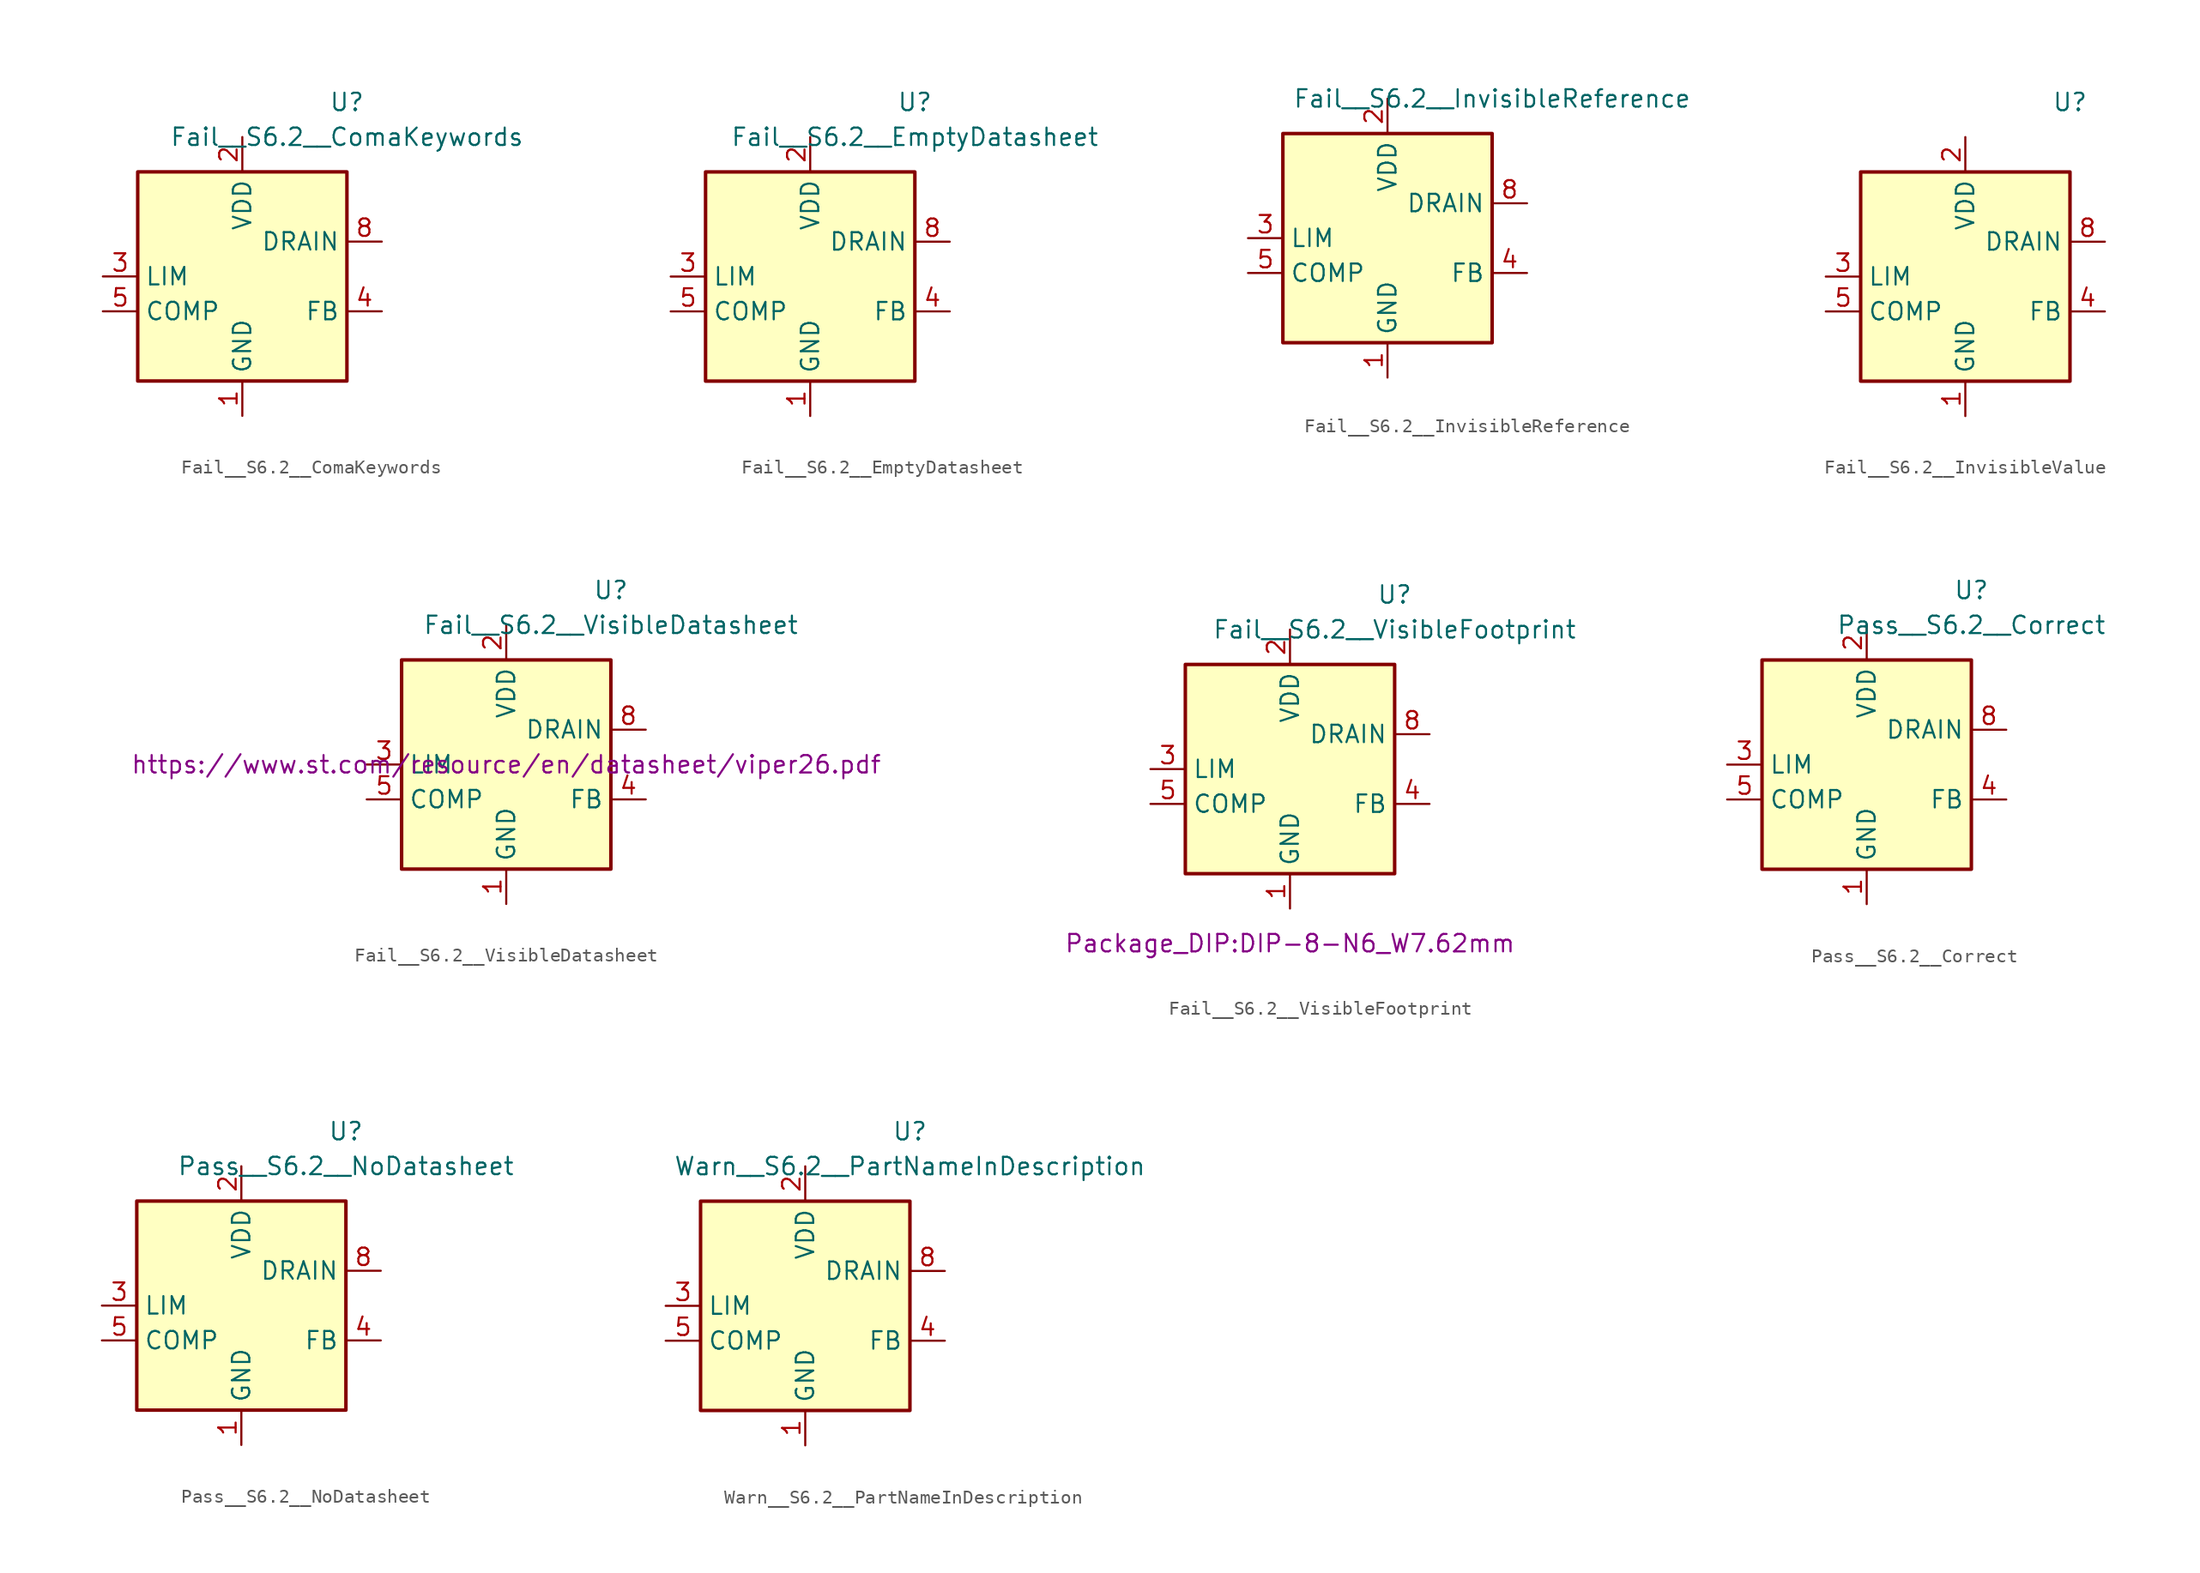
<source format=kicad_sym>
(kicad_symbol_lib
  (version 20211014)
  (generator kicad_symbol_editor)
  (symbol "Fail__S6.2__ComaKeywords"
    (property "Reference" "U"
      (at 7.62 12.7 0)
      (effects (font (size 1.27 1.27))))
    (property "Value" "Fail__S6.2__ComaKeywords"
      (at 7.62 10.16 0)
      (effects (font (size 1.27 1.27))))
    (symbol "Fail__S6.2__ComaKeywords_1_1"
      (rectangle (start -7.62 7.62) (end 7.62 -7.62) (stroke (width 0.254) (type default) (color 0 0 0 0)) (fill (type background)))
      (pin power_in line (at 0 -10.16 90) (length 2.54) (name "GND" (effects (font (size 1.27 1.27)))) (number "1" (effects (font (size 1.27 1.27)))))
      (pin power_in line (at 0 10.16 270) (length 2.54) (name "VDD" (effects (font (size 1.27 1.27)))) (number "2" (effects (font (size 1.27 1.27)))))
      (pin passive line (at -10.16 0 0) (length 2.54) (name "LIM" (effects (font (size 1.27 1.27)))) (number "3" (effects (font (size 1.27 1.27)))))
      (pin input line (at 10.16 -2.54 180) (length 2.54) (name "FB" (effects (font (size 1.27 1.27)))) (number "4" (effects (font (size 1.27 1.27)))))
      (pin passive line (at -10.16 -2.54 0) (length 2.54) (name "COMP" (effects (font (size 1.27 1.27)))) (number "5" (effects (font (size 1.27 1.27)))))
      (pin passive line (at 10.16 2.54 180) (length 2.54) hide (name "DRAIN" (effects (font (size 1.27 1.27)))) (number "7" (effects (font (size 1.27 1.27)))))
      (pin passive line (at 10.16 2.54 180) (length 2.54) (name "DRAIN" (effects (font (size 1.27 1.27)))) (number "8" (effects (font (size 1.27 1.27)))))))
  (symbol "Fail__S6.2__EmptyDatasheet"
    (property "Reference" "U"
      (at 7.62 12.7 0)
      (effects (font (size 1.27 1.27))))
    (property "Value" "Fail__S6.2__EmptyDatasheet"
      (at 7.62 10.16 0)
      (effects (font (size 1.27 1.27))))
    (symbol "Fail__S6.2__EmptyDatasheet_1_1"
      (rectangle (start -7.62 7.62) (end 7.62 -7.62) (stroke (width 0.254) (type default) (color 0 0 0 0)) (fill (type background)))
      (pin power_in line (at 0 -10.16 90) (length 2.54) (name "GND" (effects (font (size 1.27 1.27)))) (number "1" (effects (font (size 1.27 1.27)))))
      (pin power_in line (at 0 10.16 270) (length 2.54) (name "VDD" (effects (font (size 1.27 1.27)))) (number "2" (effects (font (size 1.27 1.27)))))
      (pin passive line (at -10.16 0 0) (length 2.54) (name "LIM" (effects (font (size 1.27 1.27)))) (number "3" (effects (font (size 1.27 1.27)))))
      (pin input line (at 10.16 -2.54 180) (length 2.54) (name "FB" (effects (font (size 1.27 1.27)))) (number "4" (effects (font (size 1.27 1.27)))))
      (pin passive line (at -10.16 -2.54 0) (length 2.54) (name "COMP" (effects (font (size 1.27 1.27)))) (number "5" (effects (font (size 1.27 1.27)))))
      (pin passive line (at 10.16 2.54 180) (length 2.54) hide (name "DRAIN" (effects (font (size 1.27 1.27)))) (number "7" (effects (font (size 1.27 1.27)))))
      (pin passive line (at 10.16 2.54 180) (length 2.54) (name "DRAIN" (effects (font (size 1.27 1.27)))) (number "8" (effects (font (size 1.27 1.27)))))))
  (symbol "Fail__S6.2__InvisibleReference"
    (property "Reference" "U"
      (at 7.62 12.7 0)
      (effects (font (size 1.27 1.27)) hide))
    (property "Value" "Fail__S6.2__InvisibleReference"
      (at 7.62 10.16 0)
      (effects (font (size 1.27 1.27))))
    (symbol "Fail__S6.2__InvisibleReference_1_1"
      (rectangle (start -7.62 7.62) (end 7.62 -7.62) (stroke (width 0.254) (type default) (color 0 0 0 0)) (fill (type background)))
      (pin power_in line (at 0 -10.16 90) (length 2.54) (name "GND" (effects (font (size 1.27 1.27)))) (number "1" (effects (font (size 1.27 1.27)))))
      (pin power_in line (at 0 10.16 270) (length 2.54) (name "VDD" (effects (font (size 1.27 1.27)))) (number "2" (effects (font (size 1.27 1.27)))))
      (pin passive line (at -10.16 0 0) (length 2.54) (name "LIM" (effects (font (size 1.27 1.27)))) (number "3" (effects (font (size 1.27 1.27)))))
      (pin input line (at 10.16 -2.54 180) (length 2.54) (name "FB" (effects (font (size 1.27 1.27)))) (number "4" (effects (font (size 1.27 1.27)))))
      (pin passive line (at -10.16 -2.54 0) (length 2.54) (name "COMP" (effects (font (size 1.27 1.27)))) (number "5" (effects (font (size 1.27 1.27)))))
      (pin passive line (at 10.16 2.54 180) (length 2.54) hide (name "DRAIN" (effects (font (size 1.27 1.27)))) (number "7" (effects (font (size 1.27 1.27)))))
      (pin passive line (at 10.16 2.54 180) (length 2.54) (name "DRAIN" (effects (font (size 1.27 1.27)))) (number "8" (effects (font (size 1.27 1.27)))))))
  (symbol "Fail__S6.2__InvisibleValue"
    (property "Reference" "U"
      (at 7.62 12.7 0)
      (effects (font (size 1.27 1.27))))
    (symbol "Fail__S6.2__InvisibleValue_1_1"
      (rectangle (start -7.62 7.62) (end 7.62 -7.62) (stroke (width 0.254) (type default) (color 0 0 0 0)) (fill (type background)))
      (pin power_in line (at 0 -10.16 90) (length 2.54) (name "GND" (effects (font (size 1.27 1.27)))) (number "1" (effects (font (size 1.27 1.27)))))
      (pin power_in line (at 0 10.16 270) (length 2.54) (name "VDD" (effects (font (size 1.27 1.27)))) (number "2" (effects (font (size 1.27 1.27)))))
      (pin passive line (at -10.16 0 0) (length 2.54) (name "LIM" (effects (font (size 1.27 1.27)))) (number "3" (effects (font (size 1.27 1.27)))))
      (pin input line (at 10.16 -2.54 180) (length 2.54) (name "FB" (effects (font (size 1.27 1.27)))) (number "4" (effects (font (size 1.27 1.27)))))
      (pin passive line (at -10.16 -2.54 0) (length 2.54) (name "COMP" (effects (font (size 1.27 1.27)))) (number "5" (effects (font (size 1.27 1.27)))))
      (pin passive line (at 10.16 2.54 180) (length 2.54) hide (name "DRAIN" (effects (font (size 1.27 1.27)))) (number "7" (effects (font (size 1.27 1.27)))))
      (pin passive line (at 10.16 2.54 180) (length 2.54) (name "DRAIN" (effects (font (size 1.27 1.27)))) (number "8" (effects (font (size 1.27 1.27)))))))
  (symbol "Fail__S6.2__VisibleDatasheet"
    (property "Reference" "U"
      (at 7.62 12.7 0)
      (effects (font (size 1.27 1.27))))
    (property "Value" "Fail__S6.2__VisibleDatasheet"
      (at 7.62 10.16 0)
      (effects (font (size 1.27 1.27))))
    (property "Datasheet" "https://www.st.com/resource/en/datasheet/viper26.pdf"
      (at 0 0 0)
      (effects (font (size 1.27 1.27))))
    (symbol "Fail__S6.2__VisibleDatasheet_1_1"
      (rectangle (start -7.62 7.62) (end 7.62 -7.62) (stroke (width 0.254) (type default) (color 0 0 0 0)) (fill (type background)))
      (pin power_in line (at 0 -10.16 90) (length 2.54) (name "GND" (effects (font (size 1.27 1.27)))) (number "1" (effects (font (size 1.27 1.27)))))
      (pin power_in line (at 0 10.16 270) (length 2.54) (name "VDD" (effects (font (size 1.27 1.27)))) (number "2" (effects (font (size 1.27 1.27)))))
      (pin passive line (at -10.16 0 0) (length 2.54) (name "LIM" (effects (font (size 1.27 1.27)))) (number "3" (effects (font (size 1.27 1.27)))))
      (pin input line (at 10.16 -2.54 180) (length 2.54) (name "FB" (effects (font (size 1.27 1.27)))) (number "4" (effects (font (size 1.27 1.27)))))
      (pin passive line (at -10.16 -2.54 0) (length 2.54) (name "COMP" (effects (font (size 1.27 1.27)))) (number "5" (effects (font (size 1.27 1.27)))))
      (pin passive line (at 10.16 2.54 180) (length 2.54) hide (name "DRAIN" (effects (font (size 1.27 1.27)))) (number "7" (effects (font (size 1.27 1.27)))))
      (pin passive line (at 10.16 2.54 180) (length 2.54) (name "DRAIN" (effects (font (size 1.27 1.27)))) (number "8" (effects (font (size 1.27 1.27)))))))
  (symbol "Fail__S6.2__VisibleFootprint"
    (property "Reference" "U"
      (at 7.62 12.7 0)
      (effects (font (size 1.27 1.27))))
    (property "Value" "Fail__S6.2__VisibleFootprint"
      (at 7.62 10.16 0)
      (effects (font (size 1.27 1.27))))
    (property "Footprint" "Package_DIP:DIP-8-N6_W7.62mm"
      (at 0 -12.7 0)
      (effects (font (size 1.27 1.27))))
    (symbol "Fail__S6.2__VisibleFootprint_1_1"
      (rectangle (start -7.62 7.62) (end 7.62 -7.62) (stroke (width 0.254) (type default) (color 0 0 0 0)) (fill (type background)))
      (pin power_in line (at 0 -10.16 90) (length 2.54) (name "GND" (effects (font (size 1.27 1.27)))) (number "1" (effects (font (size 1.27 1.27)))))
      (pin power_in line (at 0 10.16 270) (length 2.54) (name "VDD" (effects (font (size 1.27 1.27)))) (number "2" (effects (font (size 1.27 1.27)))))
      (pin passive line (at -10.16 0 0) (length 2.54) (name "LIM" (effects (font (size 1.27 1.27)))) (number "3" (effects (font (size 1.27 1.27)))))
      (pin input line (at 10.16 -2.54 180) (length 2.54) (name "FB" (effects (font (size 1.27 1.27)))) (number "4" (effects (font (size 1.27 1.27)))))
      (pin passive line (at -10.16 -2.54 0) (length 2.54) (name "COMP" (effects (font (size 1.27 1.27)))) (number "5" (effects (font (size 1.27 1.27)))))
      (pin passive line (at 10.16 2.54 180) (length 2.54) hide (name "DRAIN" (effects (font (size 1.27 1.27)))) (number "7" (effects (font (size 1.27 1.27)))))
      (pin passive line (at 10.16 2.54 180) (length 2.54) (name "DRAIN" (effects (font (size 1.27 1.27)))) (number "8" (effects (font (size 1.27 1.27)))))))
  (symbol "Pass__S6.2__Correct"
    (property "Reference" "U"
      (at 7.62 12.7 0)
      (effects (font (size 1.27 1.27))))
    (property "Value" "Pass__S6.2__Correct"
      (at 7.62 10.16 0)
      (effects (font (size 1.27 1.27))))
    (symbol "Pass__S6.2__Correct_1_1"
      (rectangle (start -7.62 7.62) (end 7.62 -7.62) (stroke (width 0.254) (type default) (color 0 0 0 0)) (fill (type background)))
      (pin power_in line (at 0 -10.16 90) (length 2.54) (name "GND" (effects (font (size 1.27 1.27)))) (number "1" (effects (font (size 1.27 1.27)))))
      (pin power_in line (at 0 10.16 270) (length 2.54) (name "VDD" (effects (font (size 1.27 1.27)))) (number "2" (effects (font (size 1.27 1.27)))))
      (pin passive line (at -10.16 0 0) (length 2.54) (name "LIM" (effects (font (size 1.27 1.27)))) (number "3" (effects (font (size 1.27 1.27)))))
      (pin input line (at 10.16 -2.54 180) (length 2.54) (name "FB" (effects (font (size 1.27 1.27)))) (number "4" (effects (font (size 1.27 1.27)))))
      (pin passive line (at -10.16 -2.54 0) (length 2.54) (name "COMP" (effects (font (size 1.27 1.27)))) (number "5" (effects (font (size 1.27 1.27)))))
      (pin passive line (at 10.16 2.54 180) (length 2.54) hide (name "DRAIN" (effects (font (size 1.27 1.27)))) (number "7" (effects (font (size 1.27 1.27)))))
      (pin passive line (at 10.16 2.54 180) (length 2.54) (name "DRAIN" (effects (font (size 1.27 1.27)))) (number "8" (effects (font (size 1.27 1.27)))))))
  (symbol "Pass__S6.2__NoDatasheet"
    (property "Reference" "U"
      (at 7.62 12.7 0)
      (effects (font (size 1.27 1.27))))
    (property "Value" "Pass__S6.2__NoDatasheet"
      (at 7.62 10.16 0)
      (effects (font (size 1.27 1.27))))
    (symbol "Pass__S6.2__NoDatasheet_1_1"
      (rectangle (start -7.62 7.62) (end 7.62 -7.62) (stroke (width 0.254) (type default) (color 0 0 0 0)) (fill (type background)))
      (pin power_in line (at 0 -10.16 90) (length 2.54) (name "GND" (effects (font (size 1.27 1.27)))) (number "1" (effects (font (size 1.27 1.27)))))
      (pin power_in line (at 0 10.16 270) (length 2.54) (name "VDD" (effects (font (size 1.27 1.27)))) (number "2" (effects (font (size 1.27 1.27)))))
      (pin passive line (at -10.16 0 0) (length 2.54) (name "LIM" (effects (font (size 1.27 1.27)))) (number "3" (effects (font (size 1.27 1.27)))))
      (pin input line (at 10.16 -2.54 180) (length 2.54) (name "FB" (effects (font (size 1.27 1.27)))) (number "4" (effects (font (size 1.27 1.27)))))
      (pin passive line (at -10.16 -2.54 0) (length 2.54) (name "COMP" (effects (font (size 1.27 1.27)))) (number "5" (effects (font (size 1.27 1.27)))))
      (pin passive line (at 10.16 2.54 180) (length 2.54) hide (name "DRAIN" (effects (font (size 1.27 1.27)))) (number "7" (effects (font (size 1.27 1.27)))))
      (pin passive line (at 10.16 2.54 180) (length 2.54) (name "DRAIN" (effects (font (size 1.27 1.27)))) (number "8" (effects (font (size 1.27 1.27)))))))
  (symbol "Warn__S6.2__PartNameInDescription"
    (property "Reference" "U"
      (at 7.62 12.7 0)
      (effects (font (size 1.27 1.27))))
    (property "Value" "Warn__S6.2__PartNameInDescription"
      (at 7.62 10.16 0)
      (effects (font (size 1.27 1.27))))
    (symbol "Warn__S6.2__PartNameInDescription_1_1"
      (rectangle (start -7.62 7.62) (end 7.62 -7.62) (stroke (width 0.254) (type default) (color 0 0 0 0)) (fill (type background)))
      (pin power_in line (at 0 -10.16 90) (length 2.54) (name "GND" (effects (font (size 1.27 1.27)))) (number "1" (effects (font (size 1.27 1.27)))))
      (pin power_in line (at 0 10.16 270) (length 2.54) (name "VDD" (effects (font (size 1.27 1.27)))) (number "2" (effects (font (size 1.27 1.27)))))
      (pin passive line (at -10.16 0 0) (length 2.54) (name "LIM" (effects (font (size 1.27 1.27)))) (number "3" (effects (font (size 1.27 1.27)))))
      (pin input line (at 10.16 -2.54 180) (length 2.54) (name "FB" (effects (font (size 1.27 1.27)))) (number "4" (effects (font (size 1.27 1.27)))))
      (pin passive line (at -10.16 -2.54 0) (length 2.54) (name "COMP" (effects (font (size 1.27 1.27)))) (number "5" (effects (font (size 1.27 1.27)))))
      (pin passive line (at 10.16 2.54 180) (length 2.54) hide (name "DRAIN" (effects (font (size 1.27 1.27)))) (number "7" (effects (font (size 1.27 1.27)))))
      (pin passive line (at 10.16 2.54 180) (length 2.54) (name "DRAIN" (effects (font (size 1.27 1.27)))) (number "8" (effects (font (size 1.27 1.27))))))))
</source>
